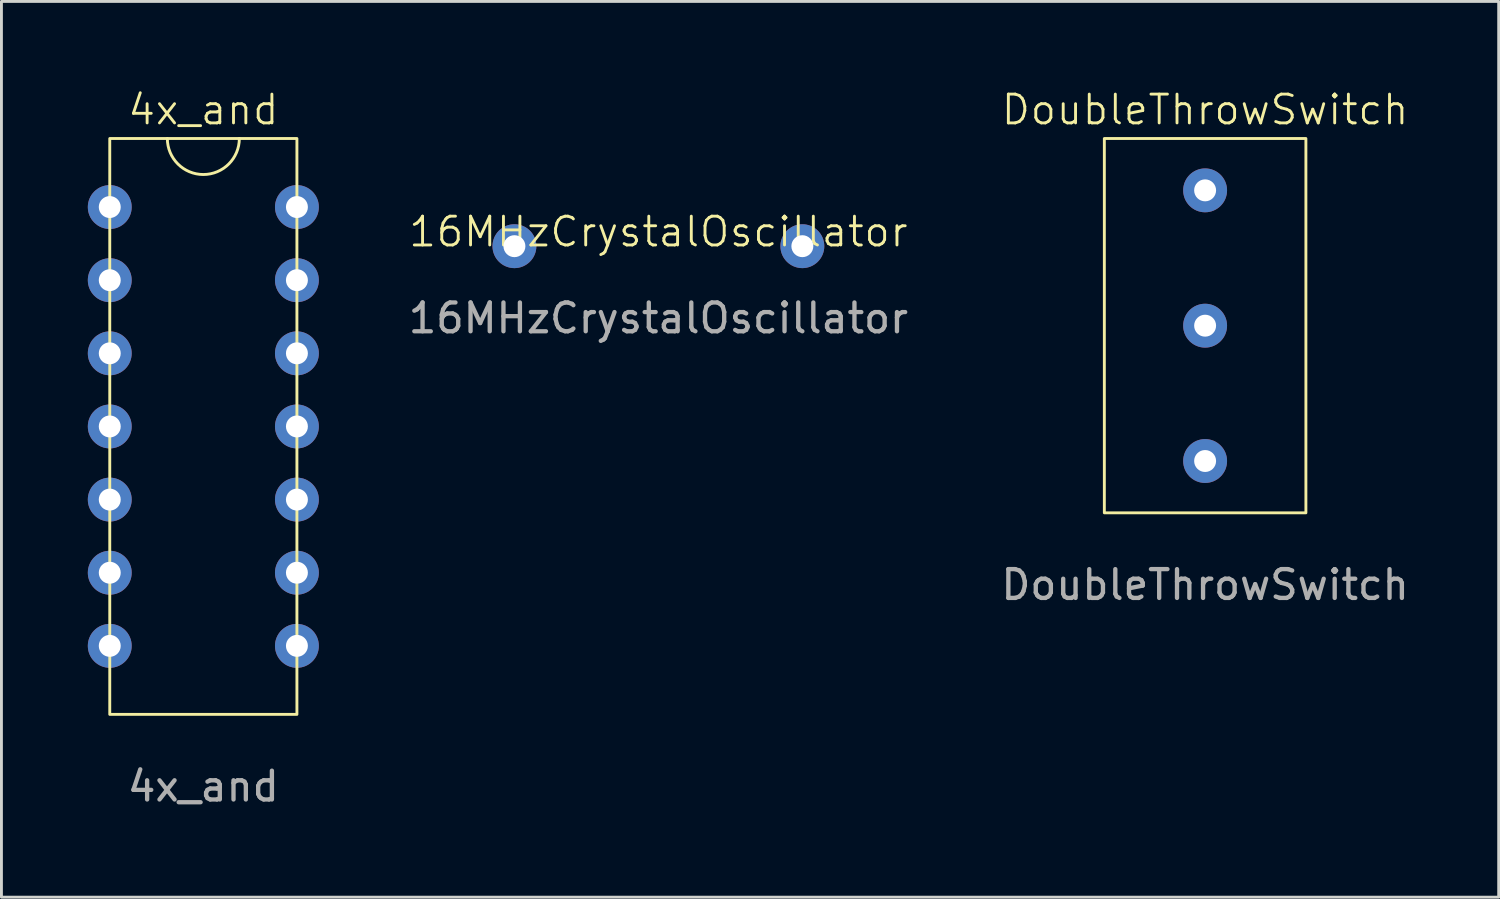
<source format=kicad_pcb>
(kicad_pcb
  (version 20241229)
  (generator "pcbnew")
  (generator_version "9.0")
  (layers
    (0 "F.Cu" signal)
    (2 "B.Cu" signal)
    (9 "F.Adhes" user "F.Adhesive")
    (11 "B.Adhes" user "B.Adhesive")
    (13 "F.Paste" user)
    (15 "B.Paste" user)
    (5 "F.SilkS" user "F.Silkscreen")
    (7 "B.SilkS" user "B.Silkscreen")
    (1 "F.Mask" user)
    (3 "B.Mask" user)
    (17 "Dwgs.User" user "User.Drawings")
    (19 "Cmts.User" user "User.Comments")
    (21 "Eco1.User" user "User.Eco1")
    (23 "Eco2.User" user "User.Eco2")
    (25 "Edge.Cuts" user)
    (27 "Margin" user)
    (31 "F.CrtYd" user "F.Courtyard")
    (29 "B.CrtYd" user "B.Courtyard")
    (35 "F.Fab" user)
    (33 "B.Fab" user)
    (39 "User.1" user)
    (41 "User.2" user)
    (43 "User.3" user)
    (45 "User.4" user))
  (footprint "16MHzCrystalOscillator"
    (layer "F.Cu")
    (at 19.816 5.5)
    (property "Reference" "16MHzCrystalOscillator" (at 0 -0.5 0) (unlocked yes) (layer "F.SilkS") (effects (font (size 1 1) (thickness 0.1))))
    (attr through_hole)
    (fp_text user "${REFERENCE}" (at 0 2.5 0) (unlocked yes) (layer "F.Fab") (effects (font (size 1 1) (thickness 0.15))))
    (pad "1" thru_hole circle (at -5 0) (size 1.524 1.524) (drill 0.762) (layers "*.Cu" "*.Mask"))
    (pad "2" thru_hole circle (at 5 0) (size 1.524 1.524) (drill 0.762) (layers "*.Cu" "*.Mask"))
    (zone (net_name "") (layer "F.SilkS") (name "16MHz Crystal") (hatch edge 0.5) (connect_pads) (min_thickness 0.25) (filled_areas_thickness no) (keepout (tracks not_allowed) (vias not_allowed) (pads not_allowed) (copperpour allowed) (footprints allowed)) (placement (enabled no)) (fill) (polygon (pts (xy 11.566 0) (xy 28.066 0) (xy 28.066 11) (xy 11.566 11)))))
  (footprint "4x_and"
    (layer "F.Cu")
    (at 4.012 11.761)
    (property "Reference" "4x_and" (at 0 -11 0) (unlocked yes) (layer "F.SilkS") (effects (font (size 1 1) (thickness 0.1))))
    (attr through_hole)
    (fp_rect (start -3.25 -10) (end 3.25 10) (stroke (width 0.1) (type default)) (fill no) (layer "F.SilkS"))
    (fp_arc (start 1.25 -10) (mid 0 -8.75) (end -1.25 -10) (stroke (width 0.1) (type default)) (layer "F.SilkS"))
    (fp_text user "${REFERENCE}" (at 0 12.5 0) (unlocked yes) (layer "F.Fab") (effects (font (size 1 1) (thickness 0.15))))
    (pad "1" thru_hole circle (at -3.25 -7.62) (size 1.524 1.524) (drill 0.762) (layers "*.Cu" "*.Mask"))
    (pad "2" thru_hole circle (at -3.25 -5.08) (size 1.524 1.524) (drill 0.762) (layers "*.Cu" "*.Mask"))
    (pad "3" thru_hole circle (at -3.25 -2.54) (size 1.524 1.524) (drill 0.762) (layers "*.Cu" "*.Mask"))
    (pad "4" thru_hole circle (at -3.25 0) (size 1.524 1.524) (drill 0.762) (layers "*.Cu" "*.Mask"))
    (pad "5" thru_hole circle (at -3.25 2.54) (size 1.524 1.524) (drill 0.762) (layers "*.Cu" "*.Mask"))
    (pad "6" thru_hole circle (at -3.25 5.08) (size 1.524 1.524) (drill 0.762) (layers "*.Cu" "*.Mask"))
    (pad "7" thru_hole circle (at -3.25 7.62) (size 1.524 1.524) (drill 0.762) (layers "*.Cu" "*.Mask"))
    (pad "8" thru_hole circle (at 3.25 7.62) (size 1.524 1.524) (drill 0.762) (layers "*.Cu" "*.Mask"))
    (pad "9" thru_hole circle (at 3.25 5.08) (size 1.524 1.524) (drill 0.762) (layers "*.Cu" "*.Mask"))
    (pad "10" thru_hole circle (at 3.25 2.54) (size 1.524 1.524) (drill 0.762) (layers "*.Cu" "*.Mask"))
    (pad "11" thru_hole circle (at 3.25 0) (size 1.524 1.524) (drill 0.762) (layers "*.Cu" "*.Mask"))
    (pad "12" thru_hole circle (at 3.25 -2.54) (size 1.524 1.524) (drill 0.762) (layers "*.Cu" "*.Mask"))
    (pad "13" thru_hole circle (at 3.25 -5.08) (size 1.524 1.524) (drill 0.762) (layers "*.Cu" "*.Mask"))
    (pad "14" thru_hole circle (at 3.25 -7.62) (size 1.524 1.524) (drill 0.762) (layers "*.Cu" "*.Mask")))
  (footprint "DoubleThrowSwitch"
    (layer "F.Cu")
    (at 38.804 8.261)
    (property "Reference" "DoubleThrowSwitch" (at 0 -7.5 0) (unlocked yes) (layer "F.SilkS") (effects (font (size 1 1) (thickness 0.1))))
    (attr through_hole)
    (fp_rect (start -3.5 -6.5) (end 3.5 6.5) (stroke (width 0.1) (type default)) (fill no) (layer "F.SilkS"))
    (fp_text user "${REFERENCE}" (at 0 9 0) (unlocked yes) (layer "F.Fab") (effects (font (size 1 1) (thickness 0.15))))
    (pad "1" thru_hole circle (at 0 -4.7) (size 1.524 1.524) (drill 0.762) (layers "*.Cu" "*.Mask"))
    (pad "2" thru_hole circle (at 0 0) (size 1.524 1.524) (drill 0.762) (layers "*.Cu" "*.Mask"))
    (pad "3" thru_hole circle (at 0 4.7) (size 1.524 1.524) (drill 0.762) (layers "*.Cu" "*.Mask"))
    (zone (net_name "") (layer "Margin") (hatch edge 0.5) (connect_pads) (min_thickness 0.25) (filled_areas_thickness no) (keepout (tracks allowed) (vias allowed) (pads allowed) (copperpour allowed) (footprints not_allowed)) (placement (enabled no)) (fill) (polygon (pts (xy 35.304 1.76) (xy 42.304 1.76) (xy 42.304 14.761) (xy 35.304 14.761)))))
  (gr_rect
    (start -3 -3)
    (end 49 28.109)
    (stroke (width 0.1) (type default))
    (fill no)
    (layer "Edge.Cuts")))
</source>
